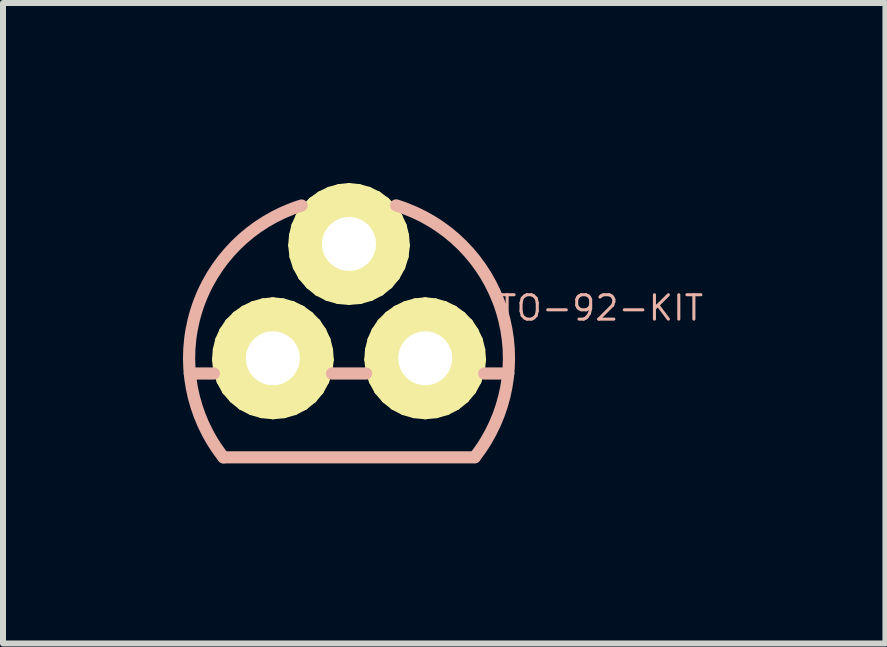
<source format=kicad_pcb>
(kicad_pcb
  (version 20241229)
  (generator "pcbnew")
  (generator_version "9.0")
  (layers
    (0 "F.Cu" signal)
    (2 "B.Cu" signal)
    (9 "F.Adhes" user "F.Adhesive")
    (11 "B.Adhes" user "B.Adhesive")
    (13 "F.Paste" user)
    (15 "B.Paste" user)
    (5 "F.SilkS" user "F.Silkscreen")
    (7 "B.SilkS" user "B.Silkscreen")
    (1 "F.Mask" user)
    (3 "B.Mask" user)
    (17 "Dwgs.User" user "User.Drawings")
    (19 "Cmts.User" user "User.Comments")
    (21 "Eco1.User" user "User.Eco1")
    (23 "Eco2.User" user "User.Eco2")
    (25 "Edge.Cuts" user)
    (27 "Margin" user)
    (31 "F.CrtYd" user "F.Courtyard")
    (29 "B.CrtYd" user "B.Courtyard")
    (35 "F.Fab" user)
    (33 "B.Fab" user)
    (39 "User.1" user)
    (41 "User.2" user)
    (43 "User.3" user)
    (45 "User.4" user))
  (footprint "TO-92-KIT"
    (layer "F.Cu")
    (at 2.767 2.921)
    (property "Reference" "TO-92-KIT" (at 4.191 -0.838 0) (layer "B.SilkS") (effects (font (size 0.406 0.406) (thickness 0.051))))
    (attr exclude_from_pos_files exclude_from_bom)
    (fp_line (start -2.22 0.02) (end -2.207 -0.142) (stroke (width 0.127) (type solid)) (layer "F.SilkS"))
    (fp_line (start -2.207 -0.142) (end -2.167 -0.307) (stroke (width 0.127) (type solid)) (layer "F.SilkS"))
    (fp_line (start -2.2 0.206) (end -2.22 0.02) (stroke (width 0.127) (type solid)) (layer "F.SilkS"))
    (fp_line (start -2.167 -0.307) (end -2.098 -0.46) (stroke (width 0.127) (type solid)) (layer "F.SilkS"))
    (fp_line (start -2.144 0.381) (end -2.2 0.206) (stroke (width 0.127) (type solid)) (layer "F.SilkS"))
    (fp_line (start -2.098 -0.46) (end -2.004 -0.599) (stroke (width 0.127) (type solid)) (layer "F.SilkS"))
    (fp_line (start -2.055 0.544) (end -2.144 0.381) (stroke (width 0.127) (type solid)) (layer "F.SilkS"))
    (fp_line (start -2.004 -0.599) (end -1.885 -0.719) (stroke (width 0.127) (type solid)) (layer "F.SilkS"))
    (fp_line (start -1.935 0.683) (end -2.055 0.544) (stroke (width 0.127) (type solid)) (layer "F.SilkS"))
    (fp_line (start -1.885 -0.719) (end -1.75 -0.815) (stroke (width 0.127) (type solid)) (layer "F.SilkS"))
    (fp_line (start -1.791 0.8) (end -1.935 0.683) (stroke (width 0.127) (type solid)) (layer "F.SilkS"))
    (fp_line (start -1.75 -0.815) (end -1.598 -0.889) (stroke (width 0.127) (type solid)) (layer "F.SilkS"))
    (fp_line (start -1.714 0.018) (end -1.704 -0.081) (stroke (width 0.127) (type solid)) (layer "F.SilkS"))
    (fp_line (start -1.704 -0.081) (end -1.674 -0.178) (stroke (width 0.127) (type solid)) (layer "F.SilkS"))
    (fp_line (start -1.699 0.114) (end -1.714 0.018) (stroke (width 0.127) (type solid)) (layer "F.SilkS"))
    (fp_line (start -1.674 -0.178) (end -1.621 -0.264) (stroke (width 0.127) (type solid)) (layer "F.SilkS"))
    (fp_line (start -1.666 0.206) (end -1.699 0.114) (stroke (width 0.127) (type solid)) (layer "F.SilkS"))
    (fp_line (start -1.628 0.884) (end -1.791 0.8) (stroke (width 0.127) (type solid)) (layer "F.SilkS"))
    (fp_line (start -1.621 -0.264) (end -1.549 -0.34) (stroke (width 0.127) (type solid)) (layer "F.SilkS"))
    (fp_line (start -1.613 0.287) (end -1.666 0.206) (stroke (width 0.127) (type solid)) (layer "F.SilkS"))
    (fp_line (start -1.598 -0.889) (end -1.435 -0.935) (stroke (width 0.127) (type solid)) (layer "F.SilkS"))
    (fp_line (start -1.549 -0.34) (end -1.466 -0.396) (stroke (width 0.127) (type solid)) (layer "F.SilkS"))
    (fp_line (start -1.542 0.356) (end -1.613 0.287) (stroke (width 0.127) (type solid)) (layer "F.SilkS"))
    (fp_line (start -1.466 -0.396) (end -1.369 -0.432) (stroke (width 0.127) (type solid)) (layer "F.SilkS"))
    (fp_line (start -1.458 0.404) (end -1.542 0.356) (stroke (width 0.127) (type solid)) (layer "F.SilkS"))
    (fp_line (start -1.45 0.935) (end -1.628 0.884) (stroke (width 0.127) (type solid)) (layer "F.SilkS"))
    (fp_line (start -1.435 -0.935) (end -1.27 -0.953) (stroke (width 0.127) (type solid)) (layer "F.SilkS"))
    (fp_line (start -1.369 -0.432) (end -1.27 -0.445) (stroke (width 0.127) (type solid)) (layer "F.SilkS"))
    (fp_line (start -1.367 0.434) (end -1.458 0.404) (stroke (width 0.127) (type solid)) (layer "F.SilkS"))
    (fp_line (start -1.27 -0.953) (end -1.102 -0.935) (stroke (width 0.127) (type solid)) (layer "F.SilkS"))
    (fp_line (start -1.27 -0.445) (end -1.168 -0.432) (stroke (width 0.127) (type solid)) (layer "F.SilkS"))
    (fp_line (start -1.27 0.445) (end -1.367 0.434) (stroke (width 0.127) (type solid)) (layer "F.SilkS"))
    (fp_line (start -1.267 0.953) (end -1.45 0.935) (stroke (width 0.127) (type solid)) (layer "F.SilkS"))
    (fp_line (start -1.171 0.434) (end -1.27 0.445) (stroke (width 0.127) (type solid)) (layer "F.SilkS"))
    (fp_line (start -1.168 -0.432) (end -1.074 -0.399) (stroke (width 0.127) (type solid)) (layer "F.SilkS"))
    (fp_line (start -1.102 -0.935) (end -0.94 -0.889) (stroke (width 0.127) (type solid)) (layer "F.SilkS"))
    (fp_line (start -1.082 0.935) (end -1.267 0.953) (stroke (width 0.127) (type solid)) (layer "F.SilkS"))
    (fp_line (start -1.079 0.401) (end -1.171 0.434) (stroke (width 0.127) (type solid)) (layer "F.SilkS"))
    (fp_line (start -1.074 -0.399) (end -0.991 -0.343) (stroke (width 0.127) (type solid)) (layer "F.SilkS"))
    (fp_line (start -0.996 0.351) (end -1.079 0.401) (stroke (width 0.127) (type solid)) (layer "F.SilkS"))
    (fp_line (start -0.991 -0.343) (end -0.919 -0.272) (stroke (width 0.127) (type solid)) (layer "F.SilkS"))
    (fp_line (start -0.95 -1.882) (end -0.937 -2.047) (stroke (width 0.127) (type solid)) (layer "F.SilkS"))
    (fp_line (start -0.94 -0.889) (end -0.787 -0.815) (stroke (width 0.127) (type solid)) (layer "F.SilkS"))
    (fp_line (start -0.937 -2.047) (end -0.897 -2.212) (stroke (width 0.127) (type solid)) (layer "F.SilkS"))
    (fp_line (start -0.93 -1.697) (end -0.95 -1.882) (stroke (width 0.127) (type solid)) (layer "F.SilkS"))
    (fp_line (start -0.925 0.282) (end -0.996 0.351) (stroke (width 0.127) (type solid)) (layer "F.SilkS"))
    (fp_line (start -0.919 -0.272) (end -0.869 -0.185) (stroke (width 0.127) (type solid)) (layer "F.SilkS"))
    (fp_line (start -0.907 0.884) (end -1.082 0.935) (stroke (width 0.127) (type solid)) (layer "F.SilkS"))
    (fp_line (start -0.897 -2.212) (end -0.828 -2.365) (stroke (width 0.127) (type solid)) (layer "F.SilkS"))
    (fp_line (start -0.874 -1.521) (end -0.93 -1.697) (stroke (width 0.127) (type solid)) (layer "F.SilkS"))
    (fp_line (start -0.871 0.198) (end -0.925 0.282) (stroke (width 0.127) (type solid)) (layer "F.SilkS"))
    (fp_line (start -0.869 -0.185) (end -0.836 -0.089) (stroke (width 0.127) (type solid)) (layer "F.SilkS"))
    (fp_line (start -0.838 0.107) (end -0.871 0.198) (stroke (width 0.127) (type solid)) (layer "F.SilkS"))
    (fp_line (start -0.836 -0.089) (end -0.828 0.008) (stroke (width 0.127) (type solid)) (layer "F.SilkS"))
    (fp_line (start -0.828 -2.365) (end -0.734 -2.504) (stroke (width 0.127) (type solid)) (layer "F.SilkS"))
    (fp_line (start -0.828 0.008) (end -0.838 0.107) (stroke (width 0.127) (type solid)) (layer "F.SilkS"))
    (fp_line (start -0.787 -0.815) (end -0.653 -0.716) (stroke (width 0.127) (type solid)) (layer "F.SilkS"))
    (fp_line (start -0.785 -1.359) (end -0.874 -1.521) (stroke (width 0.127) (type solid)) (layer "F.SilkS"))
    (fp_line (start -0.744 0.8) (end -0.907 0.884) (stroke (width 0.127) (type solid)) (layer "F.SilkS"))
    (fp_line (start -0.734 -2.504) (end -0.615 -2.624) (stroke (width 0.127) (type solid)) (layer "F.SilkS"))
    (fp_line (start -0.665 -1.219) (end -0.785 -1.359) (stroke (width 0.127) (type solid)) (layer "F.SilkS"))
    (fp_line (start -0.653 -0.716) (end -0.536 -0.597) (stroke (width 0.127) (type solid)) (layer "F.SilkS"))
    (fp_line (start -0.615 -2.624) (end -0.48 -2.72) (stroke (width 0.127) (type solid)) (layer "F.SilkS"))
    (fp_line (start -0.599 0.683) (end -0.744 0.8) (stroke (width 0.127) (type solid)) (layer "F.SilkS"))
    (fp_line (start -0.536 -0.597) (end -0.442 -0.457) (stroke (width 0.127) (type solid)) (layer "F.SilkS"))
    (fp_line (start -0.521 -1.102) (end -0.665 -1.219) (stroke (width 0.127) (type solid)) (layer "F.SilkS"))
    (fp_line (start -0.483 0.544) (end -0.599 0.683) (stroke (width 0.127) (type solid)) (layer "F.SilkS"))
    (fp_line (start -0.48 -2.72) (end -0.328 -2.794) (stroke (width 0.127) (type solid)) (layer "F.SilkS"))
    (fp_line (start -0.445 -1.885) (end -0.434 -1.986) (stroke (width 0.127) (type solid)) (layer "F.SilkS"))
    (fp_line (start -0.442 -0.457) (end -0.371 -0.305) (stroke (width 0.127) (type solid)) (layer "F.SilkS"))
    (fp_line (start -0.434 -1.986) (end -0.404 -2.083) (stroke (width 0.127) (type solid)) (layer "F.SilkS"))
    (fp_line (start -0.429 -1.788) (end -0.445 -1.885) (stroke (width 0.127) (type solid)) (layer "F.SilkS"))
    (fp_line (start -0.404 -2.083) (end -0.351 -2.169) (stroke (width 0.127) (type solid)) (layer "F.SilkS"))
    (fp_line (start -0.396 -1.697) (end -0.429 -1.788) (stroke (width 0.127) (type solid)) (layer "F.SilkS"))
    (fp_line (start -0.394 0.381) (end -0.483 0.544) (stroke (width 0.127) (type solid)) (layer "F.SilkS"))
    (fp_line (start -0.371 -0.305) (end -0.33 -0.14) (stroke (width 0.127) (type solid)) (layer "F.SilkS"))
    (fp_line (start -0.358 -1.019) (end -0.521 -1.102) (stroke (width 0.127) (type solid)) (layer "F.SilkS"))
    (fp_line (start -0.351 -2.169) (end -0.279 -2.245) (stroke (width 0.127) (type solid)) (layer "F.SilkS"))
    (fp_line (start -0.343 -1.615) (end -0.396 -1.697) (stroke (width 0.127) (type solid)) (layer "F.SilkS"))
    (fp_line (start -0.338 0.206) (end -0.394 0.381) (stroke (width 0.127) (type solid)) (layer "F.SilkS"))
    (fp_line (start -0.33 -0.14) (end -0.318 0.025) (stroke (width 0.127) (type solid)) (layer "F.SilkS"))
    (fp_line (start -0.328 -2.794) (end -0.165 -2.84) (stroke (width 0.127) (type solid)) (layer "F.SilkS"))
    (fp_line (start -0.318 0.025) (end -0.338 0.206) (stroke (width 0.127) (type solid)) (layer "F.SilkS"))
    (fp_line (start -0.279 -2.245) (end -0.196 -2.301) (stroke (width 0.127) (type solid)) (layer "F.SilkS"))
    (fp_line (start -0.272 -1.547) (end -0.343 -1.615) (stroke (width 0.127) (type solid)) (layer "F.SilkS"))
    (fp_line (start -0.196 -2.301) (end -0.099 -2.337) (stroke (width 0.127) (type solid)) (layer "F.SilkS"))
    (fp_line (start -0.188 -1.499) (end -0.272 -1.547) (stroke (width 0.127) (type solid)) (layer "F.SilkS"))
    (fp_line (start -0.18 -0.968) (end -0.358 -1.019) (stroke (width 0.127) (type solid)) (layer "F.SilkS"))
    (fp_line (start -0.165 -2.84) (end 0 -2.857) (stroke (width 0.127) (type solid)) (layer "F.SilkS"))
    (fp_line (start -0.099 -2.337) (end 0 -2.349) (stroke (width 0.127) (type solid)) (layer "F.SilkS"))
    (fp_line (start -0.097 -1.468) (end -0.188 -1.499) (stroke (width 0.127) (type solid)) (layer "F.SilkS"))
    (fp_line (start 0 -2.857) (end 0.165 -2.84) (stroke (width 0.127) (type solid)) (layer "F.SilkS"))
    (fp_line (start 0 -2.349) (end 0.099 -2.337) (stroke (width 0.127) (type solid)) (layer "F.SilkS"))
    (fp_line (start 0 -1.46) (end -0.097 -1.468) (stroke (width 0.127) (type solid)) (layer "F.SilkS"))
    (fp_line (start 0 -0.953) (end -0.18 -0.968) (stroke (width 0.127) (type solid)) (layer "F.SilkS"))
    (fp_line (start 0.097 -1.468) (end 0 -1.46) (stroke (width 0.127) (type solid)) (layer "F.SilkS"))
    (fp_line (start 0.099 -2.337) (end 0.193 -2.304) (stroke (width 0.127) (type solid)) (layer "F.SilkS"))
    (fp_line (start 0.165 -2.84) (end 0.328 -2.794) (stroke (width 0.127) (type solid)) (layer "F.SilkS"))
    (fp_line (start 0.185 -0.968) (end 0 -0.953) (stroke (width 0.127) (type solid)) (layer "F.SilkS"))
    (fp_line (start 0.188 -1.501) (end 0.097 -1.468) (stroke (width 0.127) (type solid)) (layer "F.SilkS"))
    (fp_line (start 0.193 -2.304) (end 0.277 -2.248) (stroke (width 0.127) (type solid)) (layer "F.SilkS"))
    (fp_line (start 0.272 -1.552) (end 0.188 -1.501) (stroke (width 0.127) (type solid)) (layer "F.SilkS"))
    (fp_line (start 0.277 -2.248) (end 0.348 -2.177) (stroke (width 0.127) (type solid)) (layer "F.SilkS"))
    (fp_line (start 0.318 0.02) (end 0.33 -0.142) (stroke (width 0.127) (type solid)) (layer "F.SilkS"))
    (fp_line (start 0.328 -2.794) (end 0.48 -2.72) (stroke (width 0.127) (type solid)) (layer "F.SilkS"))
    (fp_line (start 0.33 -0.142) (end 0.371 -0.307) (stroke (width 0.127) (type solid)) (layer "F.SilkS"))
    (fp_line (start 0.338 0.206) (end 0.318 0.02) (stroke (width 0.127) (type solid)) (layer "F.SilkS"))
    (fp_line (start 0.343 -1.621) (end 0.272 -1.552) (stroke (width 0.127) (type solid)) (layer "F.SilkS"))
    (fp_line (start 0.348 -2.177) (end 0.399 -2.09) (stroke (width 0.127) (type solid)) (layer "F.SilkS"))
    (fp_line (start 0.361 -1.019) (end 0.185 -0.968) (stroke (width 0.127) (type solid)) (layer "F.SilkS"))
    (fp_line (start 0.371 -0.307) (end 0.439 -0.46) (stroke (width 0.127) (type solid)) (layer "F.SilkS"))
    (fp_line (start 0.394 0.381) (end 0.338 0.206) (stroke (width 0.127) (type solid)) (layer "F.SilkS"))
    (fp_line (start 0.396 -1.704) (end 0.343 -1.621) (stroke (width 0.127) (type solid)) (layer "F.SilkS"))
    (fp_line (start 0.399 -2.09) (end 0.432 -1.994) (stroke (width 0.127) (type solid)) (layer "F.SilkS"))
    (fp_line (start 0.429 -1.796) (end 0.396 -1.704) (stroke (width 0.127) (type solid)) (layer "F.SilkS"))
    (fp_line (start 0.432 -1.994) (end 0.439 -1.895) (stroke (width 0.127) (type solid)) (layer "F.SilkS"))
    (fp_line (start 0.439 -1.895) (end 0.429 -1.796) (stroke (width 0.127) (type solid)) (layer "F.SilkS"))
    (fp_line (start 0.439 -0.46) (end 0.533 -0.599) (stroke (width 0.127) (type solid)) (layer "F.SilkS"))
    (fp_line (start 0.48 -2.72) (end 0.615 -2.621) (stroke (width 0.127) (type solid)) (layer "F.SilkS"))
    (fp_line (start 0.483 0.544) (end 0.394 0.381) (stroke (width 0.127) (type solid)) (layer "F.SilkS"))
    (fp_line (start 0.523 -1.102) (end 0.361 -1.019) (stroke (width 0.127) (type solid)) (layer "F.SilkS"))
    (fp_line (start 0.533 -0.599) (end 0.653 -0.719) (stroke (width 0.127) (type solid)) (layer "F.SilkS"))
    (fp_line (start 0.602 0.683) (end 0.483 0.544) (stroke (width 0.127) (type solid)) (layer "F.SilkS"))
    (fp_line (start 0.615 -2.621) (end 0.732 -2.502) (stroke (width 0.127) (type solid)) (layer "F.SilkS"))
    (fp_line (start 0.653 -0.719) (end 0.787 -0.815) (stroke (width 0.127) (type solid)) (layer "F.SilkS"))
    (fp_line (start 0.668 -1.219) (end 0.523 -1.102) (stroke (width 0.127) (type solid)) (layer "F.SilkS"))
    (fp_line (start 0.732 -2.502) (end 0.826 -2.362) (stroke (width 0.127) (type solid)) (layer "F.SilkS"))
    (fp_line (start 0.747 0.8) (end 0.602 0.683) (stroke (width 0.127) (type solid)) (layer "F.SilkS"))
    (fp_line (start 0.785 -1.359) (end 0.668 -1.219) (stroke (width 0.127) (type solid)) (layer "F.SilkS"))
    (fp_line (start 0.787 -0.815) (end 0.94 -0.889) (stroke (width 0.127) (type solid)) (layer "F.SilkS"))
    (fp_line (start 0.826 -2.362) (end 0.897 -2.21) (stroke (width 0.127) (type solid)) (layer "F.SilkS"))
    (fp_line (start 0.826 0.018) (end 0.833 -0.081) (stroke (width 0.127) (type solid)) (layer "F.SilkS"))
    (fp_line (start 0.833 -0.081) (end 0.864 -0.178) (stroke (width 0.127) (type solid)) (layer "F.SilkS"))
    (fp_line (start 0.838 0.114) (end 0.826 0.018) (stroke (width 0.127) (type solid)) (layer "F.SilkS"))
    (fp_line (start 0.864 -0.178) (end 0.917 -0.264) (stroke (width 0.127) (type solid)) (layer "F.SilkS"))
    (fp_line (start 0.871 0.206) (end 0.838 0.114) (stroke (width 0.127) (type solid)) (layer "F.SilkS"))
    (fp_line (start 0.874 -1.521) (end 0.785 -1.359) (stroke (width 0.127) (type solid)) (layer "F.SilkS"))
    (fp_line (start 0.897 -2.21) (end 0.937 -2.045) (stroke (width 0.127) (type solid)) (layer "F.SilkS"))
    (fp_line (start 0.909 0.884) (end 0.747 0.8) (stroke (width 0.127) (type solid)) (layer "F.SilkS"))
    (fp_line (start 0.917 -0.264) (end 0.988 -0.34) (stroke (width 0.127) (type solid)) (layer "F.SilkS"))
    (fp_line (start 0.925 0.287) (end 0.871 0.206) (stroke (width 0.127) (type solid)) (layer "F.SilkS"))
    (fp_line (start 0.93 -1.697) (end 0.874 -1.521) (stroke (width 0.127) (type solid)) (layer "F.SilkS"))
    (fp_line (start 0.937 -2.045) (end 0.95 -1.88) (stroke (width 0.127) (type solid)) (layer "F.SilkS"))
    (fp_line (start 0.94 -0.889) (end 1.102 -0.935) (stroke (width 0.127) (type solid)) (layer "F.SilkS"))
    (fp_line (start 0.95 -1.88) (end 0.93 -1.697) (stroke (width 0.127) (type solid)) (layer "F.SilkS"))
    (fp_line (start 0.988 -0.34) (end 1.072 -0.396) (stroke (width 0.127) (type solid)) (layer "F.SilkS"))
    (fp_line (start 0.996 0.356) (end 0.925 0.287) (stroke (width 0.127) (type solid)) (layer "F.SilkS"))
    (fp_line (start 1.072 -0.396) (end 1.168 -0.432) (stroke (width 0.127) (type solid)) (layer "F.SilkS"))
    (fp_line (start 1.079 0.404) (end 0.996 0.356) (stroke (width 0.127) (type solid)) (layer "F.SilkS"))
    (fp_line (start 1.087 0.935) (end 0.909 0.884) (stroke (width 0.127) (type solid)) (layer "F.SilkS"))
    (fp_line (start 1.102 -0.935) (end 1.27 -0.953) (stroke (width 0.127) (type solid)) (layer "F.SilkS"))
    (fp_line (start 1.168 -0.432) (end 1.27 -0.445) (stroke (width 0.127) (type solid)) (layer "F.SilkS"))
    (fp_line (start 1.171 0.434) (end 1.079 0.404) (stroke (width 0.127) (type solid)) (layer "F.SilkS"))
    (fp_line (start 1.27 -0.953) (end 1.435 -0.935) (stroke (width 0.127) (type solid)) (layer "F.SilkS"))
    (fp_line (start 1.27 -0.445) (end 1.369 -0.432) (stroke (width 0.127) (type solid)) (layer "F.SilkS"))
    (fp_line (start 1.27 0.445) (end 1.171 0.434) (stroke (width 0.127) (type solid)) (layer "F.SilkS"))
    (fp_line (start 1.27 0.953) (end 1.087 0.935) (stroke (width 0.127) (type solid)) (layer "F.SilkS"))
    (fp_line (start 1.367 0.434) (end 1.27 0.445) (stroke (width 0.127) (type solid)) (layer "F.SilkS"))
    (fp_line (start 1.369 -0.432) (end 1.463 -0.399) (stroke (width 0.127) (type solid)) (layer "F.SilkS"))
    (fp_line (start 1.435 -0.935) (end 1.598 -0.889) (stroke (width 0.127) (type solid)) (layer "F.SilkS"))
    (fp_line (start 1.455 0.935) (end 1.27 0.953) (stroke (width 0.127) (type solid)) (layer "F.SilkS"))
    (fp_line (start 1.458 0.401) (end 1.367 0.434) (stroke (width 0.127) (type solid)) (layer "F.SilkS"))
    (fp_line (start 1.463 -0.399) (end 1.547 -0.343) (stroke (width 0.127) (type solid)) (layer "F.SilkS"))
    (fp_line (start 1.542 0.351) (end 1.458 0.401) (stroke (width 0.127) (type solid)) (layer "F.SilkS"))
    (fp_line (start 1.547 -0.343) (end 1.618 -0.272) (stroke (width 0.127) (type solid)) (layer "F.SilkS"))
    (fp_line (start 1.598 -0.889) (end 1.75 -0.815) (stroke (width 0.127) (type solid)) (layer "F.SilkS"))
    (fp_line (start 1.613 0.282) (end 1.542 0.351) (stroke (width 0.127) (type solid)) (layer "F.SilkS"))
    (fp_line (start 1.618 -0.272) (end 1.669 -0.185) (stroke (width 0.127) (type solid)) (layer "F.SilkS"))
    (fp_line (start 1.631 0.884) (end 1.455 0.935) (stroke (width 0.127) (type solid)) (layer "F.SilkS"))
    (fp_line (start 1.666 0.198) (end 1.613 0.282) (stroke (width 0.127) (type solid)) (layer "F.SilkS"))
    (fp_line (start 1.669 -0.185) (end 1.702 -0.089) (stroke (width 0.127) (type solid)) (layer "F.SilkS"))
    (fp_line (start 1.699 0.107) (end 1.666 0.198) (stroke (width 0.127) (type solid)) (layer "F.SilkS"))
    (fp_line (start 1.702 -0.089) (end 1.709 0.008) (stroke (width 0.127) (type solid)) (layer "F.SilkS"))
    (fp_line (start 1.709 0.008) (end 1.699 0.107) (stroke (width 0.127) (type solid)) (layer "F.SilkS"))
    (fp_line (start 1.75 -0.815) (end 1.885 -0.716) (stroke (width 0.127) (type solid)) (layer "F.SilkS"))
    (fp_line (start 1.793 0.8) (end 1.631 0.884) (stroke (width 0.127) (type solid)) (layer "F.SilkS"))
    (fp_line (start 1.885 -0.716) (end 2.002 -0.597) (stroke (width 0.127) (type solid)) (layer "F.SilkS"))
    (fp_line (start 1.938 0.683) (end 1.793 0.8) (stroke (width 0.127) (type solid)) (layer "F.SilkS"))
    (fp_line (start 2.002 -0.597) (end 2.095 -0.457) (stroke (width 0.127) (type solid)) (layer "F.SilkS"))
    (fp_line (start 2.055 0.544) (end 1.938 0.683) (stroke (width 0.127) (type solid)) (layer "F.SilkS"))
    (fp_line (start 2.095 -0.457) (end 2.167 -0.305) (stroke (width 0.127) (type solid)) (layer "F.SilkS"))
    (fp_line (start 2.144 0.381) (end 2.055 0.544) (stroke (width 0.127) (type solid)) (layer "F.SilkS"))
    (fp_line (start 2.167 -0.305) (end 2.207 -0.14) (stroke (width 0.127) (type solid)) (layer "F.SilkS"))
    (fp_line (start 2.2 0.206) (end 2.144 0.381) (stroke (width 0.127) (type solid)) (layer "F.SilkS"))
    (fp_line (start 2.207 -0.14) (end 2.22 0.025) (stroke (width 0.127) (type solid)) (layer "F.SilkS"))
    (fp_line (start 2.22 0.025) (end 2.2 0.206) (stroke (width 0.127) (type solid)) (layer "F.SilkS"))
    (fp_line (start -2.654 0.254) (end -2.253 0.254) (stroke (width 0.203) (type solid)) (layer "B.SilkS"))
    (fp_line (start -2.093 1.651) (end 2.093 1.651) (stroke (width 0.203) (type solid)) (layer "B.SilkS"))
    (fp_line (start -0.284 0.254) (end 0.284 0.254) (stroke (width 0.203) (type solid)) (layer "B.SilkS"))
    (fp_line (start 2.253 0.254) (end 2.654 0.254) (stroke (width 0.203) (type solid)) (layer "B.SilkS"))
    (fp_arc (start -2.09296 1.651) (mid -2.546098 -0.789726) (end -0.791292 -2.545612) (stroke (width 0.2032) (type solid)) (layer "B.SilkS"))
    (fp_arc (start 0.78486 -2.54762) (mid 2.54411 -0.796164) (end 2.097139 1.645715) (stroke (width 0.2032) (type solid)) (layer "B.SilkS"))
    (pad "1" thru_hole circle (at -1.27 0) (size 1.88 1.88) (drill 0.899) (layers "*.Cu" "F.Mask" "F.SilkS" "F.Paste"))
    (pad "2" thru_hole circle (at 0 -1.905) (size 1.88 1.88) (drill 0.899) (layers "*.Cu" "F.Mask" "F.SilkS" "F.Paste"))
    (pad "3" thru_hole circle (at 1.27 0) (size 1.88 1.88) (drill 0.899) (layers "*.Cu" "F.Mask" "F.SilkS" "F.Paste")))
  (gr_rect
    (start -3 -3)
    (end 11.707 7.674)
    (stroke (width 0.1) (type default))
    (fill no)
    (layer "Edge.Cuts")))
</source>
